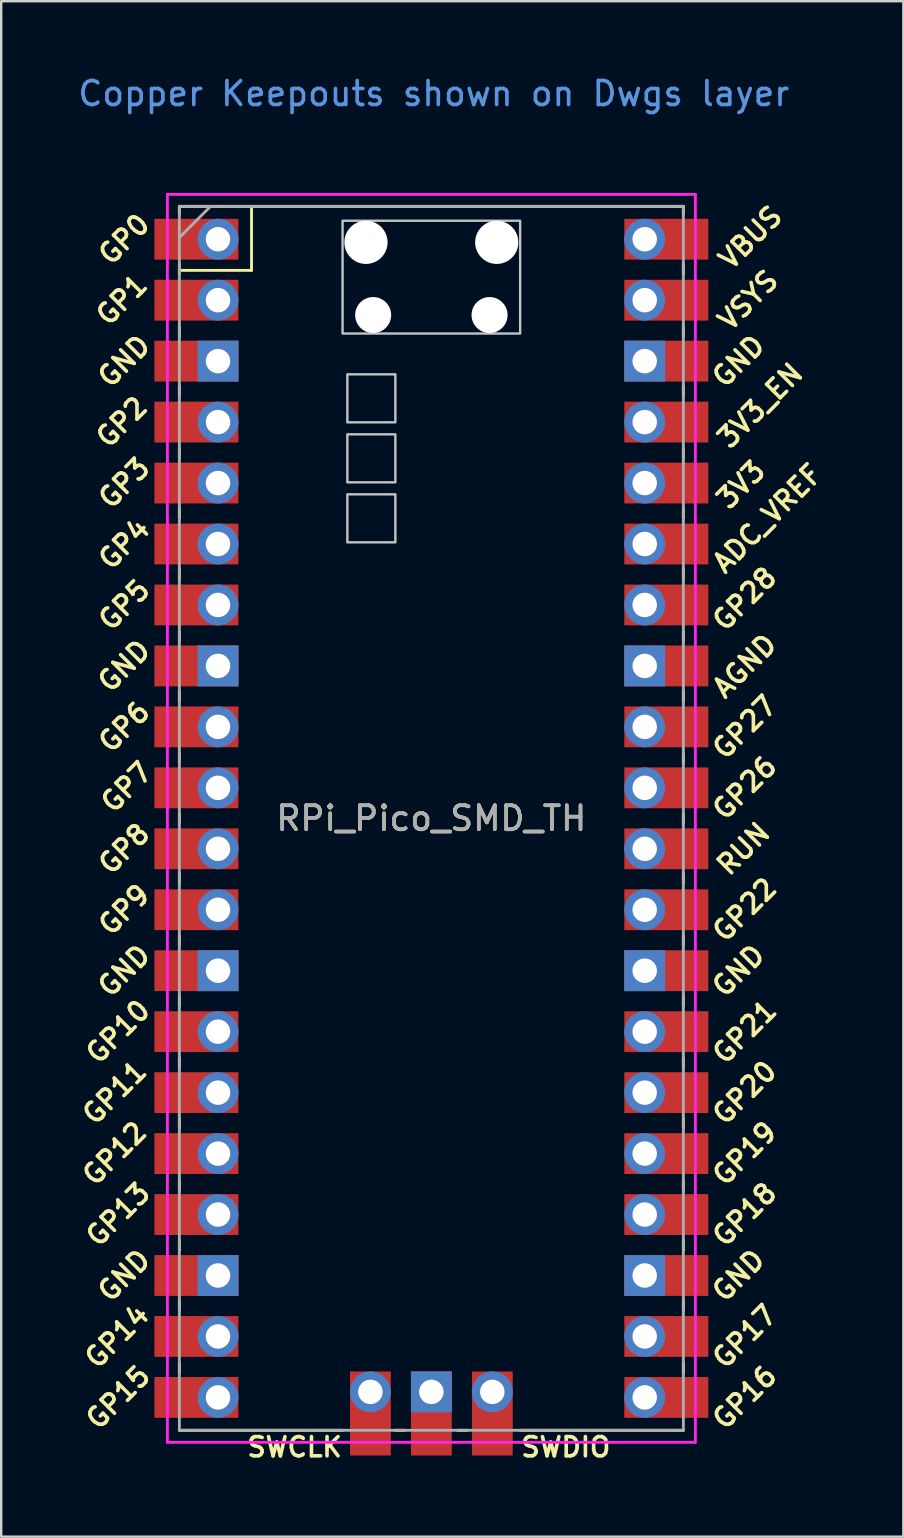
<source format=kicad_pcb>
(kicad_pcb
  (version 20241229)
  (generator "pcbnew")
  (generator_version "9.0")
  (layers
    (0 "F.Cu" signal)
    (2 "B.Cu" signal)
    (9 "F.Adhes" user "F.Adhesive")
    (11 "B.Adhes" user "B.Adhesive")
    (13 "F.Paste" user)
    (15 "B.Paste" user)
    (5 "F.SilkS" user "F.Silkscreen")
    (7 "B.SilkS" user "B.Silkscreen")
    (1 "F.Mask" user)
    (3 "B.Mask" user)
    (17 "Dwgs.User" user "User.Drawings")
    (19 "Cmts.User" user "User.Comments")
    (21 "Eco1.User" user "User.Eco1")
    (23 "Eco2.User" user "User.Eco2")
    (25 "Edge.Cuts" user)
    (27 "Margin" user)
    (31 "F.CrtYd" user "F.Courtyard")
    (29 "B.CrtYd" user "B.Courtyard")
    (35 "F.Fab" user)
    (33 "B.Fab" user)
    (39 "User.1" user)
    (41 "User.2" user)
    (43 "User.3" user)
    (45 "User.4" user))
  (footprint "RPi_Pico_SMD_TH"
    (layer "F.Cu")
    (at 14.924 31.048)
    (property "Reference" "RPi_Pico_SMD_TH" (at 0 0 0) (layer "F.SilkS") (effects (font (size 1 1) (thickness 0.15))))
    (attr through_hole)
    (fp_line (start -10.5 -25.5) (end -10.5 -25.2) (stroke (width 0.12) (type solid)) (layer "F.SilkS"))
    (fp_line (start -10.5 -25.5) (end 10.5 -25.5) (stroke (width 0.12) (type solid)) (layer "F.SilkS"))
    (fp_line (start -10.5 -23.1) (end -10.5 -22.7) (stroke (width 0.12) (type solid)) (layer "F.SilkS"))
    (fp_line (start -10.5 -22.833) (end -7.493 -22.833) (stroke (width 0.12) (type solid)) (layer "F.SilkS"))
    (fp_line (start -10.5 -20.5) (end -10.5 -20.1) (stroke (width 0.12) (type solid)) (layer "F.SilkS"))
    (fp_line (start -10.5 -18) (end -10.5 -17.6) (stroke (width 0.12) (type solid)) (layer "F.SilkS"))
    (fp_line (start -10.5 -15.4) (end -10.5 -15) (stroke (width 0.12) (type solid)) (layer "F.SilkS"))
    (fp_line (start -10.5 -12.9) (end -10.5 -12.5) (stroke (width 0.12) (type solid)) (layer "F.SilkS"))
    (fp_line (start -10.5 -10.4) (end -10.5 -10) (stroke (width 0.12) (type solid)) (layer "F.SilkS"))
    (fp_line (start -10.5 -7.8) (end -10.5 -7.4) (stroke (width 0.12) (type solid)) (layer "F.SilkS"))
    (fp_line (start -10.5 -5.3) (end -10.5 -4.9) (stroke (width 0.12) (type solid)) (layer "F.SilkS"))
    (fp_line (start -10.5 -2.7) (end -10.5 -2.3) (stroke (width 0.12) (type solid)) (layer "F.SilkS"))
    (fp_line (start -10.5 -0.2) (end -10.5 0.2) (stroke (width 0.12) (type solid)) (layer "F.SilkS"))
    (fp_line (start -10.5 2.3) (end -10.5 2.7) (stroke (width 0.12) (type solid)) (layer "F.SilkS"))
    (fp_line (start -10.5 4.9) (end -10.5 5.3) (stroke (width 0.12) (type solid)) (layer "F.SilkS"))
    (fp_line (start -10.5 7.4) (end -10.5 7.8) (stroke (width 0.12) (type solid)) (layer "F.SilkS"))
    (fp_line (start -10.5 10) (end -10.5 10.4) (stroke (width 0.12) (type solid)) (layer "F.SilkS"))
    (fp_line (start -10.5 12.5) (end -10.5 12.9) (stroke (width 0.12) (type solid)) (layer "F.SilkS"))
    (fp_line (start -10.5 15.1) (end -10.5 15.5) (stroke (width 0.12) (type solid)) (layer "F.SilkS"))
    (fp_line (start -10.5 17.6) (end -10.5 18) (stroke (width 0.12) (type solid)) (layer "F.SilkS"))
    (fp_line (start -10.5 20.1) (end -10.5 20.5) (stroke (width 0.12) (type solid)) (layer "F.SilkS"))
    (fp_line (start -10.5 22.7) (end -10.5 23.1) (stroke (width 0.12) (type solid)) (layer "F.SilkS"))
    (fp_line (start -7.493 -22.833) (end -7.493 -25.5) (stroke (width 0.12) (type solid)) (layer "F.SilkS"))
    (fp_line (start -3.7 25.5) (end -10.5 25.5) (stroke (width 0.12) (type solid)) (layer "F.SilkS"))
    (fp_line (start -1.5 25.5) (end -1.1 25.5) (stroke (width 0.12) (type solid)) (layer "F.SilkS"))
    (fp_line (start 1.1 25.5) (end 1.5 25.5) (stroke (width 0.12) (type solid)) (layer "F.SilkS"))
    (fp_line (start 10.5 -25.5) (end 10.5 -25.2) (stroke (width 0.12) (type solid)) (layer "F.SilkS"))
    (fp_line (start 10.5 -23.1) (end 10.5 -22.7) (stroke (width 0.12) (type solid)) (layer "F.SilkS"))
    (fp_line (start 10.5 -20.5) (end 10.5 -20.1) (stroke (width 0.12) (type solid)) (layer "F.SilkS"))
    (fp_line (start 10.5 -18) (end 10.5 -17.6) (stroke (width 0.12) (type solid)) (layer "F.SilkS"))
    (fp_line (start 10.5 -15.4) (end 10.5 -15) (stroke (width 0.12) (type solid)) (layer "F.SilkS"))
    (fp_line (start 10.5 -12.9) (end 10.5 -12.5) (stroke (width 0.12) (type solid)) (layer "F.SilkS"))
    (fp_line (start 10.5 -10.4) (end 10.5 -10) (stroke (width 0.12) (type solid)) (layer "F.SilkS"))
    (fp_line (start 10.5 -7.8) (end 10.5 -7.4) (stroke (width 0.12) (type solid)) (layer "F.SilkS"))
    (fp_line (start 10.5 -5.3) (end 10.5 -4.9) (stroke (width 0.12) (type solid)) (layer "F.SilkS"))
    (fp_line (start 10.5 -2.7) (end 10.5 -2.3) (stroke (width 0.12) (type solid)) (layer "F.SilkS"))
    (fp_line (start 10.5 -0.2) (end 10.5 0.2) (stroke (width 0.12) (type solid)) (layer "F.SilkS"))
    (fp_line (start 10.5 2.3) (end 10.5 2.7) (stroke (width 0.12) (type solid)) (layer "F.SilkS"))
    (fp_line (start 10.5 4.9) (end 10.5 5.3) (stroke (width 0.12) (type solid)) (layer "F.SilkS"))
    (fp_line (start 10.5 7.4) (end 10.5 7.8) (stroke (width 0.12) (type solid)) (layer "F.SilkS"))
    (fp_line (start 10.5 10) (end 10.5 10.4) (stroke (width 0.12) (type solid)) (layer "F.SilkS"))
    (fp_line (start 10.5 12.5) (end 10.5 12.9) (stroke (width 0.12) (type solid)) (layer "F.SilkS"))
    (fp_line (start 10.5 15.1) (end 10.5 15.5) (stroke (width 0.12) (type solid)) (layer "F.SilkS"))
    (fp_line (start 10.5 17.6) (end 10.5 18) (stroke (width 0.12) (type solid)) (layer "F.SilkS"))
    (fp_line (start 10.5 20.1) (end 10.5 20.5) (stroke (width 0.12) (type solid)) (layer "F.SilkS"))
    (fp_line (start 10.5 22.7) (end 10.5 23.1) (stroke (width 0.12) (type solid)) (layer "F.SilkS"))
    (fp_line (start 10.5 25.5) (end 3.7 25.5) (stroke (width 0.12) (type solid)) (layer "F.SilkS"))
    (fp_poly (pts (xy -1.5 -16.5) (xy -3.5 -16.5) (xy -3.5 -18.5) (xy -1.5 -18.5)) (stroke (width 0.1) (type solid)) (fill no) (layer "Dwgs.User"))
    (fp_poly (pts (xy -1.5 -14) (xy -3.5 -14) (xy -3.5 -16) (xy -1.5 -16)) (stroke (width 0.1) (type solid)) (fill no) (layer "Dwgs.User"))
    (fp_poly (pts (xy -1.5 -11.5) (xy -3.5 -11.5) (xy -3.5 -13.5) (xy -1.5 -13.5)) (stroke (width 0.1) (type solid)) (fill no) (layer "Dwgs.User"))
    (fp_poly (pts (xy 3.7 -20.2) (xy -3.7 -20.2) (xy -3.7 -24.9) (xy 3.7 -24.9)) (stroke (width 0.1) (type solid)) (fill no) (layer "Dwgs.User"))
    (fp_line (start -11 -26) (end 11 -26) (stroke (width 0.12) (type solid)) (layer "F.CrtYd"))
    (fp_line (start -11 26) (end -11 -26) (stroke (width 0.12) (type solid)) (layer "F.CrtYd"))
    (fp_line (start 11 -26) (end 11 26) (stroke (width 0.12) (type solid)) (layer "F.CrtYd"))
    (fp_line (start 11 26) (end -11 26) (stroke (width 0.12) (type solid)) (layer "F.CrtYd"))
    (fp_line (start -10.5 -25.5) (end 10.5 -25.5) (stroke (width 0.12) (type solid)) (layer "F.Fab"))
    (fp_line (start -10.5 -24.2) (end -9.2 -25.5) (stroke (width 0.12) (type solid)) (layer "F.Fab"))
    (fp_line (start -10.5 25.5) (end -10.5 -25.5) (stroke (width 0.12) (type solid)) (layer "F.Fab"))
    (fp_line (start 10.5 -25.5) (end 10.5 25.5) (stroke (width 0.12) (type solid)) (layer "F.Fab"))
    (fp_line (start 10.5 25.5) (end -10.5 25.5) (stroke (width 0.12) (type solid)) (layer "F.Fab"))
    (fp_text user "GP6" (at -12.8 -3.81 45) (layer "F.SilkS") (effects (font (size 0.8 0.8) (thickness 0.15))))
    (fp_text user "GND" (at -12.8 6.35 45) (layer "F.SilkS") (effects (font (size 0.8 0.8) (thickness 0.15))))
    (fp_text user "GND" (at 12.8 -19.05 45) (layer "F.SilkS") (effects (font (size 0.8 0.8) (thickness 0.15))))
    (fp_text user "GP5" (at -12.8 -8.89 45) (layer "F.SilkS") (effects (font (size 0.8 0.8) (thickness 0.15))))
    (fp_text user "SWCLK" (at -5.7 26.2 0) (layer "F.SilkS") (effects (font (size 0.8 0.8) (thickness 0.15))))
    (fp_text user "GP12" (at -13.2 13.97 45) (layer "F.SilkS") (effects (font (size 0.8 0.8) (thickness 0.15))))
    (fp_text user "GP22" (at 13.054 3.81 45) (layer "F.SilkS") (effects (font (size 0.8 0.8) (thickness 0.15))))
    (fp_text user "GP18" (at 13.054 16.51 45) (layer "F.SilkS") (effects (font (size 0.8 0.8) (thickness 0.15))))
    (fp_text user "GP7" (at -12.7 -1.3 45) (layer "F.SilkS") (effects (font (size 0.8 0.8) (thickness 0.15))))
    (fp_text user "GP8" (at -12.8 1.27 45) (layer "F.SilkS") (effects (font (size 0.8 0.8) (thickness 0.15))))
    (fp_text user "ADC_VREF" (at 14 -12.5 45) (layer "F.SilkS") (effects (font (size 0.8 0.8) (thickness 0.15))))
    (fp_text user "GP15" (at -13.054 24.13 45) (layer "F.SilkS") (effects (font (size 0.8 0.8) (thickness 0.15))))
    (fp_text user "GP11" (at -13.2 11.43 45) (layer "F.SilkS") (effects (font (size 0.8 0.8) (thickness 0.15))))
    (fp_text user "GND" (at -12.8 -19.05 45) (layer "F.SilkS") (effects (font (size 0.8 0.8) (thickness 0.15))))
    (fp_text user "GP14" (at -13.1 21.59 45) (layer "F.SilkS") (effects (font (size 0.8 0.8) (thickness 0.15))))
    (fp_text user "SWDIO" (at 5.6 26.2 0) (layer "F.SilkS") (effects (font (size 0.8 0.8) (thickness 0.15))))
    (fp_text user "GP19" (at 13.054 13.97 45) (layer "F.SilkS") (effects (font (size 0.8 0.8) (thickness 0.15))))
    (fp_text user "GP27" (at 13.054 -3.8 45) (layer "F.SilkS") (effects (font (size 0.8 0.8) (thickness 0.15))))
    (fp_text user "GP26" (at 13.054 -1.27 45) (layer "F.SilkS") (effects (font (size 0.8 0.8) (thickness 0.15))))
    (fp_text user "GP21" (at 13.054 8.9 45) (layer "F.SilkS") (effects (font (size 0.8 0.8) (thickness 0.15))))
    (fp_text user "AGND" (at 13.054 -6.35 45) (layer "F.SilkS") (effects (font (size 0.8 0.8) (thickness 0.15))))
    (fp_text user "GP17" (at 13.054 21.59 45) (layer "F.SilkS") (effects (font (size 0.8 0.8) (thickness 0.15))))
    (fp_text user "GP28" (at 13.054 -9.144 45) (layer "F.SilkS") (effects (font (size 0.8 0.8) (thickness 0.15))))
    (fp_text user "GP0" (at -12.8 -24.13 45) (layer "F.SilkS") (effects (font (size 0.8 0.8) (thickness 0.15))))
    (fp_text user "GP10" (at -13.054 8.89 45) (layer "F.SilkS") (effects (font (size 0.8 0.8) (thickness 0.15))))
    (fp_text user "VBUS" (at 13.3 -24.2 45) (layer "F.SilkS") (effects (font (size 0.8 0.8) (thickness 0.15))))
    (fp_text user "3V3" (at 12.9 -13.9 45) (layer "F.SilkS") (effects (font (size 0.8 0.8) (thickness 0.15))))
    (fp_text user "GND" (at 12.8 19.05 45) (layer "F.SilkS") (effects (font (size 0.8 0.8) (thickness 0.15))))
    (fp_text user "GND" (at -12.8 -6.35 45) (layer "F.SilkS") (effects (font (size 0.8 0.8) (thickness 0.15))))
    (fp_text user "GND" (at 12.8 6.35 45) (layer "F.SilkS") (effects (font (size 0.8 0.8) (thickness 0.15))))
    (fp_text user "GP16" (at 13.054 24.13 45) (layer "F.SilkS") (effects (font (size 0.8 0.8) (thickness 0.15))))
    (fp_text user "VSYS" (at 13.2 -21.59 45) (layer "F.SilkS") (effects (font (size 0.8 0.8) (thickness 0.15))))
    (fp_text user "RUN" (at 13 1.27 45) (layer "F.SilkS") (effects (font (size 0.8 0.8) (thickness 0.15))))
    (fp_text user "GP3" (at -12.8 -13.97 45) (layer "F.SilkS") (effects (font (size 0.8 0.8) (thickness 0.15))))
    (fp_text user "GP1" (at -12.9 -21.6 45) (layer "F.SilkS") (effects (font (size 0.8 0.8) (thickness 0.15))))
    (fp_text user "GP13" (at -13.054 16.51 45) (layer "F.SilkS") (effects (font (size 0.8 0.8) (thickness 0.15))))
    (fp_text user "GP20" (at 13.054 11.43 45) (layer "F.SilkS") (effects (font (size 0.8 0.8) (thickness 0.15))))
    (fp_text user "GND" (at -12.8 19.05 45) (layer "F.SilkS") (effects (font (size 0.8 0.8) (thickness 0.15))))
    (fp_text user "GP4" (at -12.8 -11.43 45) (layer "F.SilkS") (effects (font (size 0.8 0.8) (thickness 0.15))))
    (fp_text user "GP2" (at -12.9 -16.51 45) (layer "F.SilkS") (effects (font (size 0.8 0.8) (thickness 0.15))))
    (fp_text user "3V3_EN" (at 13.7 -17.2 45) (layer "F.SilkS") (effects (font (size 0.8 0.8) (thickness 0.15))))
    (fp_text user "GP9" (at -12.8 3.81 45) (layer "F.SilkS") (effects (font (size 0.8 0.8) (thickness 0.15))))
    (fp_text user "Copper Keepouts shown on Dwgs layer" (at 0.1 -30.2 0) (layer "Cmts.User") (effects (font (size 1 1) (thickness 0.15))))
    (fp_text user "${REFERENCE}" (at 0 0 180) (layer "F.Fab") (effects (font (size 1 1) (thickness 0.15))))
    (pad "" np_thru_hole oval (at -2.725 -24) (size 1.8 1.8) (drill 1.8) (layers "*.Cu" "*.Mask"))
    (pad "" np_thru_hole oval (at -2.425 -20.97) (size 1.5 1.5) (drill 1.5) (layers "*.Cu" "*.Mask"))
    (pad "" np_thru_hole oval (at 2.425 -20.97) (size 1.5 1.5) (drill 1.5) (layers "*.Cu" "*.Mask"))
    (pad "" np_thru_hole oval (at 2.725 -24) (size 1.8 1.8) (drill 1.8) (layers "*.Cu" "*.Mask"))
    (pad "1" thru_hole oval (at -8.89 -24.13) (size 1.7 1.7) (drill 1.02) (layers "*.Cu" "*.Mask"))
    (pad "1" smd rect (at -8.89 -24.13) (size 3.5 1.7) (drill (offset -0.9 0)) (layers "F.Cu" "F.Mask"))
    (pad "2" thru_hole oval (at -8.89 -21.59) (size 1.7 1.7) (drill 1.02) (layers "*.Cu" "*.Mask"))
    (pad "2" smd rect (at -8.89 -21.59) (size 3.5 1.7) (drill (offset -0.9 0)) (layers "F.Cu" "F.Mask"))
    (pad "3" thru_hole rect (at -8.89 -19.05) (size 1.7 1.7) (drill 1.02) (layers "*.Cu" "*.Mask"))
    (pad "3" smd rect (at -8.89 -19.05) (size 3.5 1.7) (drill (offset -0.9 0)) (layers "F.Cu" "F.Mask"))
    (pad "4" thru_hole oval (at -8.89 -16.51) (size 1.7 1.7) (drill 1.02) (layers "*.Cu" "*.Mask"))
    (pad "4" smd rect (at -8.89 -16.51) (size 3.5 1.7) (drill (offset -0.9 0)) (layers "F.Cu" "F.Mask"))
    (pad "5" thru_hole oval (at -8.89 -13.97) (size 1.7 1.7) (drill 1.02) (layers "*.Cu" "*.Mask"))
    (pad "5" smd rect (at -8.89 -13.97) (size 3.5 1.7) (drill (offset -0.9 0)) (layers "F.Cu" "F.Mask"))
    (pad "6" thru_hole oval (at -8.89 -11.43) (size 1.7 1.7) (drill 1.02) (layers "*.Cu" "*.Mask"))
    (pad "6" smd rect (at -8.89 -11.43) (size 3.5 1.7) (drill (offset -0.9 0)) (layers "F.Cu" "F.Mask"))
    (pad "7" thru_hole oval (at -8.89 -8.89) (size 1.7 1.7) (drill 1.02) (layers "*.Cu" "*.Mask"))
    (pad "7" smd rect (at -8.89 -8.89) (size 3.5 1.7) (drill (offset -0.9 0)) (layers "F.Cu" "F.Mask"))
    (pad "8" thru_hole rect (at -8.89 -6.35) (size 1.7 1.7) (drill 1.02) (layers "*.Cu" "*.Mask"))
    (pad "8" smd rect (at -8.89 -6.35) (size 3.5 1.7) (drill (offset -0.9 0)) (layers "F.Cu" "F.Mask"))
    (pad "9" thru_hole oval (at -8.89 -3.81) (size 1.7 1.7) (drill 1.02) (layers "*.Cu" "*.Mask"))
    (pad "9" smd rect (at -8.89 -3.81) (size 3.5 1.7) (drill (offset -0.9 0)) (layers "F.Cu" "F.Mask"))
    (pad "10" thru_hole oval (at -8.89 -1.27) (size 1.7 1.7) (drill 1.02) (layers "*.Cu" "*.Mask"))
    (pad "10" smd rect (at -8.89 -1.27) (size 3.5 1.7) (drill (offset -0.9 0)) (layers "F.Cu" "F.Mask"))
    (pad "11" thru_hole oval (at -8.89 1.27) (size 1.7 1.7) (drill 1.02) (layers "*.Cu" "*.Mask"))
    (pad "11" smd rect (at -8.89 1.27) (size 3.5 1.7) (drill (offset -0.9 0)) (layers "F.Cu" "F.Mask"))
    (pad "12" thru_hole oval (at -8.89 3.81) (size 1.7 1.7) (drill 1.02) (layers "*.Cu" "*.Mask"))
    (pad "12" smd rect (at -8.89 3.81) (size 3.5 1.7) (drill (offset -0.9 0)) (layers "F.Cu" "F.Mask"))
    (pad "13" thru_hole rect (at -8.89 6.35) (size 1.7 1.7) (drill 1.02) (layers "*.Cu" "*.Mask"))
    (pad "13" smd rect (at -8.89 6.35) (size 3.5 1.7) (drill (offset -0.9 0)) (layers "F.Cu" "F.Mask"))
    (pad "14" thru_hole oval (at -8.89 8.89) (size 1.7 1.7) (drill 1.02) (layers "*.Cu" "*.Mask"))
    (pad "14" smd rect (at -8.89 8.89) (size 3.5 1.7) (drill (offset -0.9 0)) (layers "F.Cu" "F.Mask"))
    (pad "15" thru_hole oval (at -8.89 11.43) (size 1.7 1.7) (drill 1.02) (layers "*.Cu" "*.Mask"))
    (pad "15" smd rect (at -8.89 11.43) (size 3.5 1.7) (drill (offset -0.9 0)) (layers "F.Cu" "F.Mask"))
    (pad "16" thru_hole oval (at -8.89 13.97) (size 1.7 1.7) (drill 1.02) (layers "*.Cu" "*.Mask"))
    (pad "16" smd rect (at -8.89 13.97) (size 3.5 1.7) (drill (offset -0.9 0)) (layers "F.Cu" "F.Mask"))
    (pad "17" thru_hole oval (at -8.89 16.51) (size 1.7 1.7) (drill 1.02) (layers "*.Cu" "*.Mask"))
    (pad "17" smd rect (at -8.89 16.51) (size 3.5 1.7) (drill (offset -0.9 0)) (layers "F.Cu" "F.Mask"))
    (pad "18" thru_hole rect (at -8.89 19.05) (size 1.7 1.7) (drill 1.02) (layers "*.Cu" "*.Mask"))
    (pad "18" smd rect (at -8.89 19.05) (size 3.5 1.7) (drill (offset -0.9 0)) (layers "F.Cu" "F.Mask"))
    (pad "19" thru_hole oval (at -8.89 21.59) (size 1.7 1.7) (drill 1.02) (layers "*.Cu" "*.Mask"))
    (pad "19" smd rect (at -8.89 21.59) (size 3.5 1.7) (drill (offset -0.9 0)) (layers "F.Cu" "F.Mask"))
    (pad "20" thru_hole oval (at -8.89 24.13) (size 1.7 1.7) (drill 1.02) (layers "*.Cu" "*.Mask"))
    (pad "20" smd rect (at -8.89 24.13) (size 3.5 1.7) (drill (offset -0.9 0)) (layers "F.Cu" "F.Mask"))
    (pad "21" thru_hole oval (at 8.89 24.13) (size 1.7 1.7) (drill 1.02) (layers "*.Cu" "*.Mask"))
    (pad "21" smd rect (at 8.89 24.13) (size 3.5 1.7) (drill (offset 0.9 0)) (layers "F.Cu" "F.Mask"))
    (pad "22" thru_hole oval (at 8.89 21.59) (size 1.7 1.7) (drill 1.02) (layers "*.Cu" "*.Mask"))
    (pad "22" smd rect (at 8.89 21.59) (size 3.5 1.7) (drill (offset 0.9 0)) (layers "F.Cu" "F.Mask"))
    (pad "23" thru_hole rect (at 8.89 19.05) (size 1.7 1.7) (drill 1.02) (layers "*.Cu" "*.Mask"))
    (pad "23" smd rect (at 8.89 19.05) (size 3.5 1.7) (drill (offset 0.9 0)) (layers "F.Cu" "F.Mask"))
    (pad "24" thru_hole oval (at 8.89 16.51) (size 1.7 1.7) (drill 1.02) (layers "*.Cu" "*.Mask"))
    (pad "24" smd rect (at 8.89 16.51) (size 3.5 1.7) (drill (offset 0.9 0)) (layers "F.Cu" "F.Mask"))
    (pad "25" thru_hole oval (at 8.89 13.97) (size 1.7 1.7) (drill 1.02) (layers "*.Cu" "*.Mask"))
    (pad "25" smd rect (at 8.89 13.97) (size 3.5 1.7) (drill (offset 0.9 0)) (layers "F.Cu" "F.Mask"))
    (pad "26" thru_hole oval (at 8.89 11.43) (size 1.7 1.7) (drill 1.02) (layers "*.Cu" "*.Mask"))
    (pad "26" smd rect (at 8.89 11.43) (size 3.5 1.7) (drill (offset 0.9 0)) (layers "F.Cu" "F.Mask"))
    (pad "27" thru_hole oval (at 8.89 8.89) (size 1.7 1.7) (drill 1.02) (layers "*.Cu" "*.Mask"))
    (pad "27" smd rect (at 8.89 8.89) (size 3.5 1.7) (drill (offset 0.9 0)) (layers "F.Cu" "F.Mask"))
    (pad "28" thru_hole rect (at 8.89 6.35) (size 1.7 1.7) (drill 1.02) (layers "*.Cu" "*.Mask"))
    (pad "28" smd rect (at 8.89 6.35) (size 3.5 1.7) (drill (offset 0.9 0)) (layers "F.Cu" "F.Mask"))
    (pad "29" thru_hole oval (at 8.89 3.81) (size 1.7 1.7) (drill 1.02) (layers "*.Cu" "*.Mask"))
    (pad "29" smd rect (at 8.89 3.81) (size 3.5 1.7) (drill (offset 0.9 0)) (layers "F.Cu" "F.Mask"))
    (pad "30" thru_hole oval (at 8.89 1.27) (size 1.7 1.7) (drill 1.02) (layers "*.Cu" "*.Mask"))
    (pad "30" smd rect (at 8.89 1.27) (size 3.5 1.7) (drill (offset 0.9 0)) (layers "F.Cu" "F.Mask"))
    (pad "31" thru_hole oval (at 8.89 -1.27) (size 1.7 1.7) (drill 1.02) (layers "*.Cu" "*.Mask"))
    (pad "31" smd rect (at 8.89 -1.27) (size 3.5 1.7) (drill (offset 0.9 0)) (layers "F.Cu" "F.Mask"))
    (pad "32" thru_hole oval (at 8.89 -3.81) (size 1.7 1.7) (drill 1.02) (layers "*.Cu" "*.Mask"))
    (pad "32" smd rect (at 8.89 -3.81) (size 3.5 1.7) (drill (offset 0.9 0)) (layers "F.Cu" "F.Mask"))
    (pad "33" thru_hole rect (at 8.89 -6.35) (size 1.7 1.7) (drill 1.02) (layers "*.Cu" "*.Mask"))
    (pad "33" smd rect (at 8.89 -6.35) (size 3.5 1.7) (drill (offset 0.9 0)) (layers "F.Cu" "F.Mask"))
    (pad "34" thru_hole oval (at 8.89 -8.89) (size 1.7 1.7) (drill 1.02) (layers "*.Cu" "*.Mask"))
    (pad "34" smd rect (at 8.89 -8.89) (size 3.5 1.7) (drill (offset 0.9 0)) (layers "F.Cu" "F.Mask"))
    (pad "35" thru_hole oval (at 8.89 -11.43) (size 1.7 1.7) (drill 1.02) (layers "*.Cu" "*.Mask"))
    (pad "35" smd rect (at 8.89 -11.43) (size 3.5 1.7) (drill (offset 0.9 0)) (layers "F.Cu" "F.Mask"))
    (pad "36" thru_hole oval (at 8.89 -13.97) (size 1.7 1.7) (drill 1.02) (layers "*.Cu" "*.Mask"))
    (pad "36" smd rect (at 8.89 -13.97) (size 3.5 1.7) (drill (offset 0.9 0)) (layers "F.Cu" "F.Mask"))
    (pad "37" thru_hole oval (at 8.89 -16.51) (size 1.7 1.7) (drill 1.02) (layers "*.Cu" "*.Mask"))
    (pad "37" smd rect (at 8.89 -16.51) (size 3.5 1.7) (drill (offset 0.9 0)) (layers "F.Cu" "F.Mask"))
    (pad "38" thru_hole rect (at 8.89 -19.05) (size 1.7 1.7) (drill 1.02) (layers "*.Cu" "*.Mask"))
    (pad "38" smd rect (at 8.89 -19.05) (size 3.5 1.7) (drill (offset 0.9 0)) (layers "F.Cu" "F.Mask"))
    (pad "39" thru_hole oval (at 8.89 -21.59) (size 1.7 1.7) (drill 1.02) (layers "*.Cu" "*.Mask"))
    (pad "39" smd rect (at 8.89 -21.59) (size 3.5 1.7) (drill (offset 0.9 0)) (layers "F.Cu" "F.Mask"))
    (pad "40" thru_hole oval (at 8.89 -24.13) (size 1.7 1.7) (drill 1.02) (layers "*.Cu" "*.Mask"))
    (pad "40" smd rect (at 8.89 -24.13) (size 3.5 1.7) (drill (offset 0.9 0)) (layers "F.Cu" "F.Mask"))
    (pad "41" thru_hole oval (at -2.54 23.9) (size 1.7 1.7) (drill 1.02) (layers "*.Cu" "*.Mask"))
    (pad "41" smd rect (at -2.54 23.9 90) (size 3.5 1.7) (drill (offset -0.9 0)) (layers "F.Cu" "F.Mask"))
    (pad "42" thru_hole rect (at 0 23.9) (size 1.7 1.7) (drill 1.02) (layers "*.Cu" "*.Mask"))
    (pad "42" smd rect (at 0 23.9 90) (size 3.5 1.7) (drill (offset -0.9 0)) (layers "F.Cu" "F.Mask"))
    (pad "43" thru_hole oval (at 2.54 23.9) (size 1.7 1.7) (drill 1.02) (layers "*.Cu" "*.Mask"))
    (pad "43" smd rect (at 2.54 23.9 90) (size 3.5 1.7) (drill (offset -0.9 0)) (layers "F.Cu" "F.Mask")))
  (gr_rect
    (start -3 -3)
    (end 34.591 60.98)
    (stroke (width 0.1) (type default))
    (fill no)
    (layer "Edge.Cuts")))
</source>
